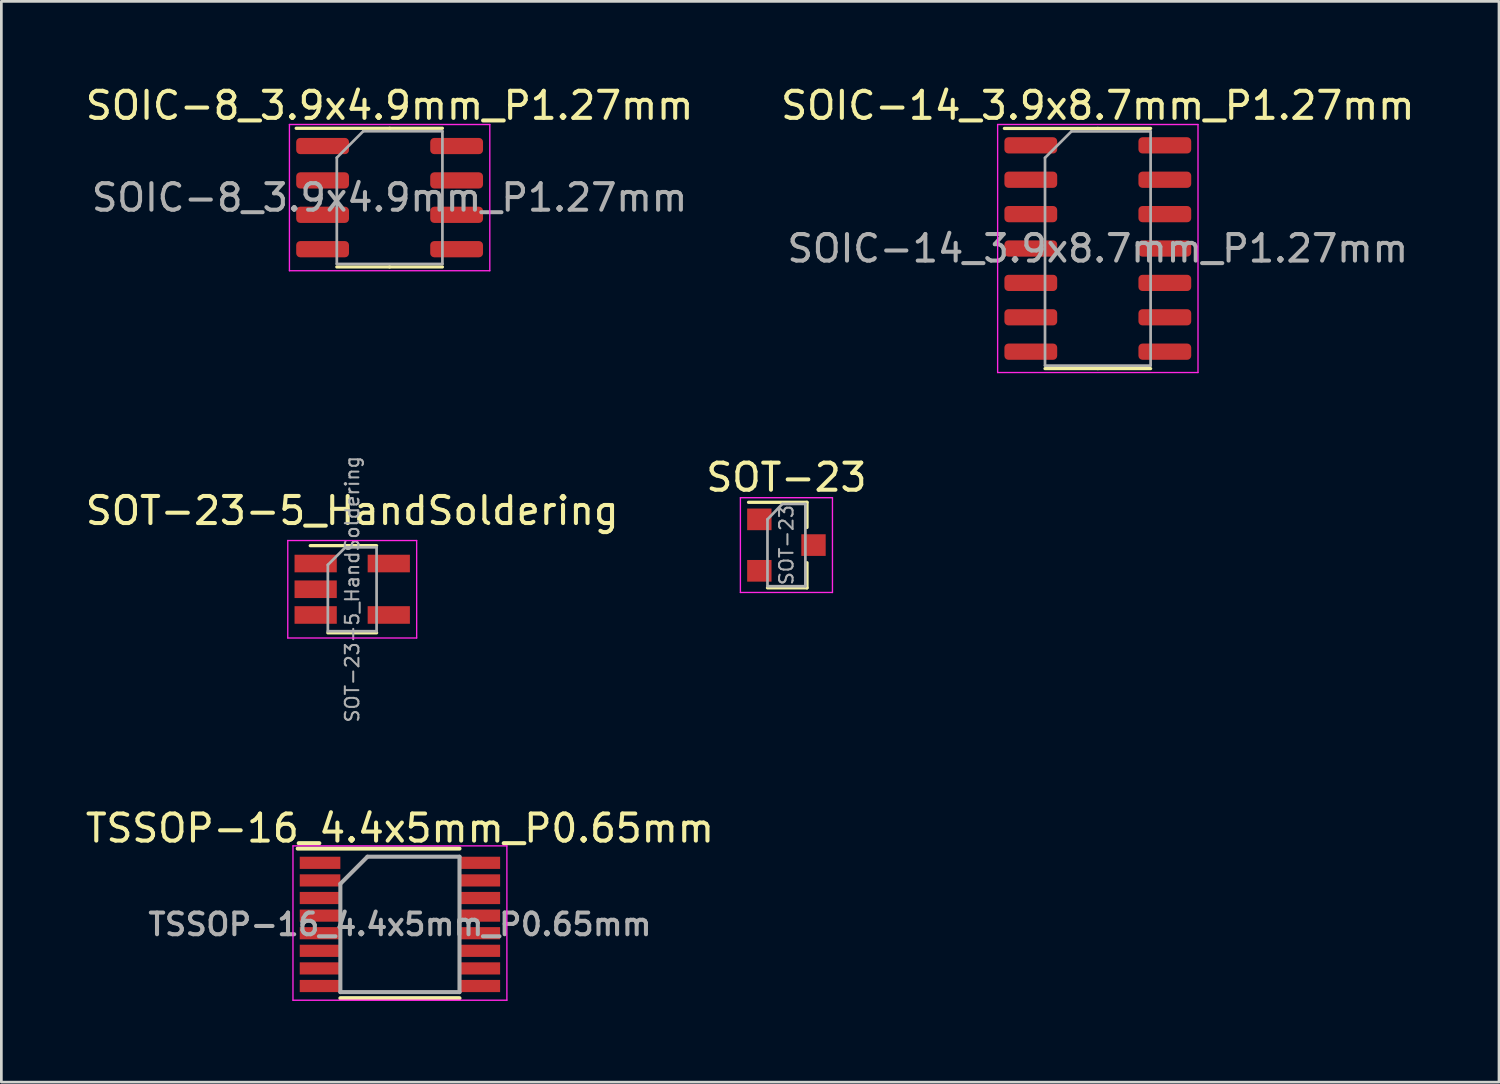
<source format=kicad_pcb>
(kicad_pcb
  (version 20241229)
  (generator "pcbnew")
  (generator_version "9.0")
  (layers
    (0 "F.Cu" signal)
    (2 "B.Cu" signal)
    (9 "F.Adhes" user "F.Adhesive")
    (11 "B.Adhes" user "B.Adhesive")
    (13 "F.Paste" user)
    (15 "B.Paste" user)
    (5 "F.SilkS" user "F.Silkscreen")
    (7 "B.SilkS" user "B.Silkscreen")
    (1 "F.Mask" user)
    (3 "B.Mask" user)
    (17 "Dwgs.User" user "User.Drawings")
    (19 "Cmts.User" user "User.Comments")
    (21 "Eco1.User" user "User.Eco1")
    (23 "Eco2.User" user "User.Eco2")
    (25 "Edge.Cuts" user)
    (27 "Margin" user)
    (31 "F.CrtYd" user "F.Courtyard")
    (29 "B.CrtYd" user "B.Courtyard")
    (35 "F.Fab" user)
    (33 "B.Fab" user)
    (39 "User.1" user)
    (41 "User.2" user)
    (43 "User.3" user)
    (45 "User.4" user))
  (footprint "SOT-23-5_HandSoldering"
    (layer "F.Cu")
    (at 9.958 18.712)
    (property "Reference" "SOT-23-5_HandSoldering" (at 0 -2.9 0) (layer "F.SilkS") (effects (font (size 1 1) (thickness 0.15))))
    (attr smd)
    (fp_line (start -0.9 1.61) (end 0.9 1.61) (stroke (width 0.12) (type solid)) (layer "F.SilkS"))
    (fp_line (start 0.9 -1.61) (end -1.55 -1.61) (stroke (width 0.12) (type solid)) (layer "F.SilkS"))
    (fp_line (start -2.38 -1.8) (end -2.38 1.8) (stroke (width 0.05) (type solid)) (layer "F.CrtYd"))
    (fp_line (start -2.38 -1.8) (end 2.38 -1.8) (stroke (width 0.05) (type solid)) (layer "F.CrtYd"))
    (fp_line (start 2.38 1.8) (end -2.38 1.8) (stroke (width 0.05) (type solid)) (layer "F.CrtYd"))
    (fp_line (start 2.38 1.8) (end 2.38 -1.8) (stroke (width 0.05) (type solid)) (layer "F.CrtYd"))
    (fp_line (start -0.9 -0.9) (end -0.9 1.55) (stroke (width 0.1) (type solid)) (layer "F.Fab"))
    (fp_line (start -0.9 -0.9) (end -0.25 -1.55) (stroke (width 0.1) (type solid)) (layer "F.Fab"))
    (fp_line (start 0.9 -1.55) (end -0.25 -1.55) (stroke (width 0.1) (type solid)) (layer "F.Fab"))
    (fp_line (start 0.9 -1.55) (end 0.9 1.55) (stroke (width 0.1) (type solid)) (layer "F.Fab"))
    (fp_line (start 0.9 1.55) (end -0.9 1.55) (stroke (width 0.1) (type solid)) (layer "F.Fab"))
    (fp_text user "${REFERENCE}" (at 0 0 90) (layer "F.Fab") (effects (font (size 0.5 0.5) (thickness 0.075))))
    (pad "1" smd rect (at -1.35 -0.95) (size 1.56 0.65) (layers "F.Cu" "F.Mask" "F.Paste"))
    (pad "2" smd rect (at -1.35 0) (size 1.56 0.65) (layers "F.Cu" "F.Mask" "F.Paste"))
    (pad "3" smd rect (at -1.35 0.95) (size 1.56 0.65) (layers "F.Cu" "F.Mask" "F.Paste"))
    (pad "4" smd rect (at 1.35 0.95) (size 1.56 0.65) (layers "F.Cu" "F.Mask" "F.Paste"))
    (pad "5" smd rect (at 1.35 -0.95) (size 1.56 0.65) (layers "F.Cu" "F.Mask" "F.Paste")))
  (footprint "SOT-23"
    (layer "F.Cu")
    (at 25.994 17.081)
    (property "Reference" "SOT-23" (at 0 -2.5 0) (layer "F.SilkS") (effects (font (size 1 1) (thickness 0.15))))
    (attr smd)
    (fp_line (start 0.76 -1.58) (end -1.4 -1.58) (stroke (width 0.12) (type solid)) (layer "F.SilkS"))
    (fp_line (start 0.76 -1.58) (end 0.76 -0.65) (stroke (width 0.12) (type solid)) (layer "F.SilkS"))
    (fp_line (start 0.76 1.58) (end -0.7 1.58) (stroke (width 0.12) (type solid)) (layer "F.SilkS"))
    (fp_line (start 0.76 1.58) (end 0.76 0.65) (stroke (width 0.12) (type solid)) (layer "F.SilkS"))
    (fp_line (start -1.7 -1.75) (end 1.7 -1.75) (stroke (width 0.05) (type solid)) (layer "F.CrtYd"))
    (fp_line (start -1.7 1.75) (end -1.7 -1.75) (stroke (width 0.05) (type solid)) (layer "F.CrtYd"))
    (fp_line (start 1.7 -1.75) (end 1.7 1.75) (stroke (width 0.05) (type solid)) (layer "F.CrtYd"))
    (fp_line (start 1.7 1.75) (end -1.7 1.75) (stroke (width 0.05) (type solid)) (layer "F.CrtYd"))
    (fp_line (start -0.7 -0.95) (end -0.7 1.5) (stroke (width 0.1) (type solid)) (layer "F.Fab"))
    (fp_line (start -0.7 -0.95) (end -0.15 -1.52) (stroke (width 0.1) (type solid)) (layer "F.Fab"))
    (fp_line (start -0.7 1.52) (end 0.7 1.52) (stroke (width 0.1) (type solid)) (layer "F.Fab"))
    (fp_line (start -0.15 -1.52) (end 0.7 -1.52) (stroke (width 0.1) (type solid)) (layer "F.Fab"))
    (fp_line (start 0.7 -1.52) (end 0.7 1.52) (stroke (width 0.1) (type solid)) (layer "F.Fab"))
    (fp_text user "${REFERENCE}" (at 0 0 90) (layer "F.Fab") (effects (font (size 0.5 0.5) (thickness 0.075))))
    (pad "1" smd rect (at -1 -0.95) (size 0.9 0.8) (layers "F.Cu" "F.Mask" "F.Paste"))
    (pad "2" smd rect (at -1 0.95) (size 0.9 0.8) (layers "F.Cu" "F.Mask" "F.Paste"))
    (pad "3" smd rect (at 1 0) (size 0.9 0.8) (layers "F.Cu" "F.Mask" "F.Paste")))
  (footprint "SOIC-8_3.9x4.9mm_P1.27mm"
    (layer "F.Cu")
    (at 11.339 4.248)
    (property "Reference" "SOIC-8_3.9x4.9mm_P1.27mm" (at 0 -3.4 0) (layer "F.SilkS") (effects (font (size 1 1) (thickness 0.15))))
    (attr smd)
    (fp_line (start 0 -2.56) (end -3.45 -2.56) (stroke (width 0.12) (type solid)) (layer "F.SilkS"))
    (fp_line (start 0 -2.56) (end 1.95 -2.56) (stroke (width 0.12) (type solid)) (layer "F.SilkS"))
    (fp_line (start 0 2.56) (end -1.95 2.56) (stroke (width 0.12) (type solid)) (layer "F.SilkS"))
    (fp_line (start 0 2.56) (end 1.95 2.56) (stroke (width 0.12) (type solid)) (layer "F.SilkS"))
    (fp_line (start -3.7 -2.7) (end -3.7 2.7) (stroke (width 0.05) (type solid)) (layer "F.CrtYd"))
    (fp_line (start -3.7 2.7) (end 3.7 2.7) (stroke (width 0.05) (type solid)) (layer "F.CrtYd"))
    (fp_line (start 3.7 -2.7) (end -3.7 -2.7) (stroke (width 0.05) (type solid)) (layer "F.CrtYd"))
    (fp_line (start 3.7 2.7) (end 3.7 -2.7) (stroke (width 0.05) (type solid)) (layer "F.CrtYd"))
    (fp_line (start -1.95 -1.475) (end -0.975 -2.45) (stroke (width 0.1) (type solid)) (layer "F.Fab"))
    (fp_line (start -1.95 2.45) (end -1.95 -1.475) (stroke (width 0.1) (type solid)) (layer "F.Fab"))
    (fp_line (start -0.975 -2.45) (end 1.95 -2.45) (stroke (width 0.1) (type solid)) (layer "F.Fab"))
    (fp_line (start 1.95 -2.45) (end 1.95 2.45) (stroke (width 0.1) (type solid)) (layer "F.Fab"))
    (fp_line (start 1.95 2.45) (end -1.95 2.45) (stroke (width 0.1) (type solid)) (layer "F.Fab"))
    (fp_text user "${REFERENCE}" (at 0 0 0) (layer "F.Fab") (effects (font (size 0.98 0.98) (thickness 0.15))))
    (pad "1" smd roundrect (at -2.475 -1.905) (size 1.95 0.6) (layers "F.Cu" "F.Mask" "F.Paste") (roundrect_rratio 0.25))
    (pad "2" smd roundrect (at -2.475 -0.635) (size 1.95 0.6) (layers "F.Cu" "F.Mask" "F.Paste") (roundrect_rratio 0.25))
    (pad "3" smd roundrect (at -2.475 0.635) (size 1.95 0.6) (layers "F.Cu" "F.Mask" "F.Paste") (roundrect_rratio 0.25))
    (pad "4" smd roundrect (at -2.475 1.905) (size 1.95 0.6) (layers "F.Cu" "F.Mask" "F.Paste") (roundrect_rratio 0.25))
    (pad "5" smd roundrect (at 2.475 1.905) (size 1.95 0.6) (layers "F.Cu" "F.Mask" "F.Paste") (roundrect_rratio 0.25))
    (pad "6" smd roundrect (at 2.475 0.635) (size 1.95 0.6) (layers "F.Cu" "F.Mask" "F.Paste") (roundrect_rratio 0.25))
    (pad "7" smd roundrect (at 2.475 -0.635) (size 1.95 0.6) (layers "F.Cu" "F.Mask" "F.Paste") (roundrect_rratio 0.25))
    (pad "8" smd roundrect (at 2.475 -1.905) (size 1.95 0.6) (layers "F.Cu" "F.Mask" "F.Paste") (roundrect_rratio 0.25)))
  (footprint "SOIC-14_3.9x8.7mm_P1.27mm"
    (layer "F.Cu")
    (at 37.494 6.128)
    (property "Reference" "SOIC-14_3.9x8.7mm_P1.27mm" (at 0 -5.28 0) (layer "F.SilkS") (effects (font (size 1 1) (thickness 0.15))))
    (attr smd)
    (fp_line (start 0 -4.435) (end -3.45 -4.435) (stroke (width 0.12) (type solid)) (layer "F.SilkS"))
    (fp_line (start 0 -4.435) (end 1.95 -4.435) (stroke (width 0.12) (type solid)) (layer "F.SilkS"))
    (fp_line (start 0 4.435) (end -1.95 4.435) (stroke (width 0.12) (type solid)) (layer "F.SilkS"))
    (fp_line (start 0 4.435) (end 1.95 4.435) (stroke (width 0.12) (type solid)) (layer "F.SilkS"))
    (fp_line (start -3.7 -4.58) (end -3.7 4.58) (stroke (width 0.05) (type solid)) (layer "F.CrtYd"))
    (fp_line (start -3.7 4.58) (end 3.7 4.58) (stroke (width 0.05) (type solid)) (layer "F.CrtYd"))
    (fp_line (start 3.7 -4.58) (end -3.7 -4.58) (stroke (width 0.05) (type solid)) (layer "F.CrtYd"))
    (fp_line (start 3.7 4.58) (end 3.7 -4.58) (stroke (width 0.05) (type solid)) (layer "F.CrtYd"))
    (fp_line (start -1.95 -3.35) (end -0.975 -4.325) (stroke (width 0.1) (type solid)) (layer "F.Fab"))
    (fp_line (start -1.95 4.325) (end -1.95 -3.35) (stroke (width 0.1) (type solid)) (layer "F.Fab"))
    (fp_line (start -0.975 -4.325) (end 1.95 -4.325) (stroke (width 0.1) (type solid)) (layer "F.Fab"))
    (fp_line (start 1.95 -4.325) (end 1.95 4.325) (stroke (width 0.1) (type solid)) (layer "F.Fab"))
    (fp_line (start 1.95 4.325) (end -1.95 4.325) (stroke (width 0.1) (type solid)) (layer "F.Fab"))
    (fp_text user "${REFERENCE}" (at 0 0 0) (layer "F.Fab") (effects (font (size 0.98 0.98) (thickness 0.15))))
    (pad "1" smd roundrect (at -2.475 -3.81) (size 1.95 0.6) (layers "F.Cu" "F.Mask" "F.Paste") (roundrect_rratio 0.25))
    (pad "2" smd roundrect (at -2.475 -2.54) (size 1.95 0.6) (layers "F.Cu" "F.Mask" "F.Paste") (roundrect_rratio 0.25))
    (pad "3" smd roundrect (at -2.475 -1.27) (size 1.95 0.6) (layers "F.Cu" "F.Mask" "F.Paste") (roundrect_rratio 0.25))
    (pad "4" smd roundrect (at -2.475 0) (size 1.95 0.6) (layers "F.Cu" "F.Mask" "F.Paste") (roundrect_rratio 0.25))
    (pad "5" smd roundrect (at -2.475 1.27) (size 1.95 0.6) (layers "F.Cu" "F.Mask" "F.Paste") (roundrect_rratio 0.25))
    (pad "6" smd roundrect (at -2.475 2.54) (size 1.95 0.6) (layers "F.Cu" "F.Mask" "F.Paste") (roundrect_rratio 0.25))
    (pad "7" smd roundrect (at -2.475 3.81) (size 1.95 0.6) (layers "F.Cu" "F.Mask" "F.Paste") (roundrect_rratio 0.25))
    (pad "8" smd roundrect (at 2.475 3.81) (size 1.95 0.6) (layers "F.Cu" "F.Mask" "F.Paste") (roundrect_rratio 0.25))
    (pad "9" smd roundrect (at 2.475 2.54) (size 1.95 0.6) (layers "F.Cu" "F.Mask" "F.Paste") (roundrect_rratio 0.25))
    (pad "10" smd roundrect (at 2.475 1.27) (size 1.95 0.6) (layers "F.Cu" "F.Mask" "F.Paste") (roundrect_rratio 0.25))
    (pad "11" smd roundrect (at 2.475 0) (size 1.95 0.6) (layers "F.Cu" "F.Mask" "F.Paste") (roundrect_rratio 0.25))
    (pad "12" smd roundrect (at 2.475 -1.27) (size 1.95 0.6) (layers "F.Cu" "F.Mask" "F.Paste") (roundrect_rratio 0.25))
    (pad "13" smd roundrect (at 2.475 -2.54) (size 1.95 0.6) (layers "F.Cu" "F.Mask" "F.Paste") (roundrect_rratio 0.25))
    (pad "14" smd roundrect (at 2.475 -3.81) (size 1.95 0.6) (layers "F.Cu" "F.Mask" "F.Paste") (roundrect_rratio 0.25)))
  (footprint "TSSOP-16_4.4x5mm_P0.65mm"
    (layer "F.Cu")
    (at 11.72 31.09)
    (property "Reference" "TSSOP-16_4.4x5mm_P0.65mm" (at 0 -3.55 0) (layer "F.SilkS") (effects (font (size 1 1) (thickness 0.15))))
    (attr smd)
    (fp_line (start -3.775 -2.8) (end 2.2 -2.8) (stroke (width 0.15) (type solid)) (layer "F.SilkS"))
    (fp_line (start -2.2 2.725) (end 2.2 2.725) (stroke (width 0.15) (type solid)) (layer "F.SilkS"))
    (fp_line (start -3.95 -2.9) (end -3.95 2.8) (stroke (width 0.05) (type solid)) (layer "F.CrtYd"))
    (fp_line (start -3.95 -2.9) (end 3.95 -2.9) (stroke (width 0.05) (type solid)) (layer "F.CrtYd"))
    (fp_line (start -3.95 2.8) (end 3.95 2.8) (stroke (width 0.05) (type solid)) (layer "F.CrtYd"))
    (fp_line (start 3.95 -2.9) (end 3.95 2.8) (stroke (width 0.05) (type solid)) (layer "F.CrtYd"))
    (fp_line (start -2.2 -1.5) (end -1.2 -2.5) (stroke (width 0.15) (type solid)) (layer "F.Fab"))
    (fp_line (start -2.2 2.5) (end -2.2 -1.5) (stroke (width 0.15) (type solid)) (layer "F.Fab"))
    (fp_line (start -1.2 -2.5) (end 2.2 -2.5) (stroke (width 0.15) (type solid)) (layer "F.Fab"))
    (fp_line (start 2.2 -2.5) (end 2.2 2.5) (stroke (width 0.15) (type solid)) (layer "F.Fab"))
    (fp_line (start 2.2 2.5) (end -2.2 2.5) (stroke (width 0.15) (type solid)) (layer "F.Fab"))
    (fp_text user "${REFERENCE}" (at 0 0 0) (layer "F.Fab") (effects (font (size 0.8 0.8) (thickness 0.15))))
    (pad "1" smd rect (at -2.95 -2.275) (size 1.5 0.45) (layers "F.Cu" "F.Mask" "F.Paste"))
    (pad "2" smd rect (at -2.95 -1.625) (size 1.5 0.45) (layers "F.Cu" "F.Mask" "F.Paste"))
    (pad "3" smd rect (at -2.95 -0.975) (size 1.5 0.45) (layers "F.Cu" "F.Mask" "F.Paste"))
    (pad "4" smd rect (at -2.95 -0.325) (size 1.5 0.45) (layers "F.Cu" "F.Mask" "F.Paste"))
    (pad "5" smd rect (at -2.95 0.325) (size 1.5 0.45) (layers "F.Cu" "F.Mask" "F.Paste"))
    (pad "6" smd rect (at -2.95 0.975) (size 1.5 0.45) (layers "F.Cu" "F.Mask" "F.Paste"))
    (pad "7" smd rect (at -2.95 1.625) (size 1.5 0.45) (layers "F.Cu" "F.Mask" "F.Paste"))
    (pad "8" smd rect (at -2.95 2.275) (size 1.5 0.45) (layers "F.Cu" "F.Mask" "F.Paste"))
    (pad "9" smd rect (at 2.95 2.275) (size 1.5 0.45) (layers "F.Cu" "F.Mask" "F.Paste"))
    (pad "10" smd rect (at 2.95 1.625) (size 1.5 0.45) (layers "F.Cu" "F.Mask" "F.Paste"))
    (pad "11" smd rect (at 2.95 0.975) (size 1.5 0.45) (layers "F.Cu" "F.Mask" "F.Paste"))
    (pad "12" smd rect (at 2.95 0.325) (size 1.5 0.45) (layers "F.Cu" "F.Mask" "F.Paste"))
    (pad "13" smd rect (at 2.95 -0.325) (size 1.5 0.45) (layers "F.Cu" "F.Mask" "F.Paste"))
    (pad "14" smd rect (at 2.95 -0.975) (size 1.5 0.45) (layers "F.Cu" "F.Mask" "F.Paste"))
    (pad "15" smd rect (at 2.95 -1.625) (size 1.5 0.45) (layers "F.Cu" "F.Mask" "F.Paste"))
    (pad "16" smd rect (at 2.95 -2.275) (size 1.5 0.45) (layers "F.Cu" "F.Mask" "F.Paste")))
  (gr_rect
    (start -3 -3)
    (end 52.31 36.915)
    (stroke (width 0.1) (type default))
    (fill no)
    (layer "Edge.Cuts")))
</source>
